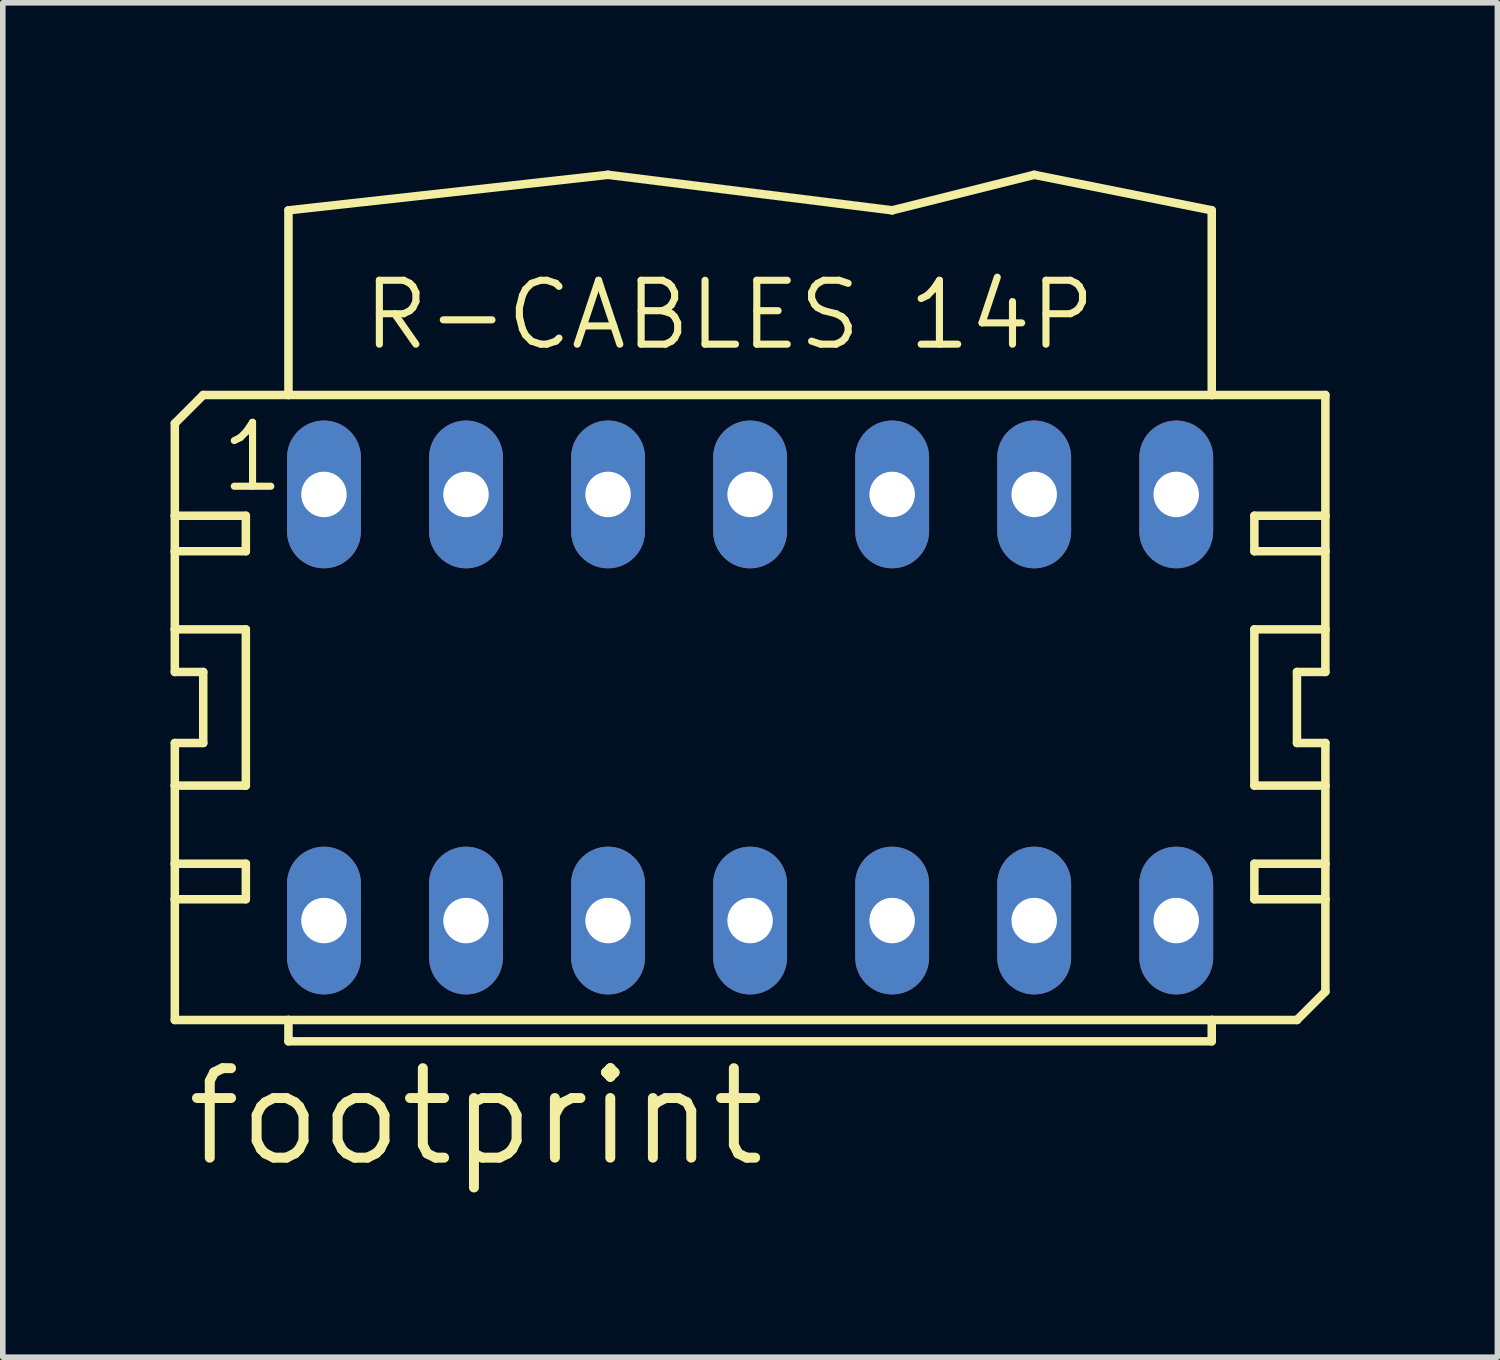
<source format=kicad_pcb>
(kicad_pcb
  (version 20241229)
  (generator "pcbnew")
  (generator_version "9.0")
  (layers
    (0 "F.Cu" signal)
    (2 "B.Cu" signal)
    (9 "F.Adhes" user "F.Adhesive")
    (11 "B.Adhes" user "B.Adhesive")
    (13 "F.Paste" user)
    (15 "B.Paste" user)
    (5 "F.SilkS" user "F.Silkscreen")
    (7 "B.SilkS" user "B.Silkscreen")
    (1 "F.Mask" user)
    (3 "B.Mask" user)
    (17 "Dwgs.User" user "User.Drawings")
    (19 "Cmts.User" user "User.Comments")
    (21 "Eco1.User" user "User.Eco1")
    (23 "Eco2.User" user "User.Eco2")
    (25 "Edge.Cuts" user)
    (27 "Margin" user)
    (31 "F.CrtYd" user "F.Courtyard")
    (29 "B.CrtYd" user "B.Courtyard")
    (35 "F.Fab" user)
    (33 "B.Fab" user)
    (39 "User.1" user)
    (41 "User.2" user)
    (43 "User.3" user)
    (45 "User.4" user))
  (footprint "footprint"
    (layer "F.Cu")
    (at 10.363 9.601)
    (property "Reference" "footprint" (at -10.16 8.255 0) (layer "F.SilkS") (effects (font (size 1.6 1.6) (thickness 0.178)) (justify left bottom)))
    (fp_line (start -10.287 -5.08) (end -10.287 -3.429) (stroke (width 0.152) (type solid)) (layer "F.SilkS"))
    (fp_line (start -10.287 -3.429) (end -9.017 -3.429) (stroke (width 0.152) (type solid)) (layer "F.SilkS"))
    (fp_line (start -10.287 -2.794) (end -10.287 -3.429) (stroke (width 0.152) (type solid)) (layer "F.SilkS"))
    (fp_line (start -10.287 -2.794) (end -10.287 -1.397) (stroke (width 0.152) (type solid)) (layer "F.SilkS"))
    (fp_line (start -10.287 -2.794) (end -9.017 -2.794) (stroke (width 0.152) (type solid)) (layer "F.SilkS"))
    (fp_line (start -10.287 -1.397) (end -10.287 -0.635) (stroke (width 0.152) (type solid)) (layer "F.SilkS"))
    (fp_line (start -10.287 -1.397) (end -9.017 -1.397) (stroke (width 0.152) (type solid)) (layer "F.SilkS"))
    (fp_line (start -10.287 -0.635) (end -9.779 -0.635) (stroke (width 0.152) (type solid)) (layer "F.SilkS"))
    (fp_line (start -10.287 0.635) (end -10.287 1.397) (stroke (width 0.152) (type solid)) (layer "F.SilkS"))
    (fp_line (start -10.287 1.397) (end -10.287 2.794) (stroke (width 0.152) (type solid)) (layer "F.SilkS"))
    (fp_line (start -10.287 2.794) (end -10.287 3.429) (stroke (width 0.152) (type solid)) (layer "F.SilkS"))
    (fp_line (start -10.287 2.794) (end -9.017 2.794) (stroke (width 0.152) (type solid)) (layer "F.SilkS"))
    (fp_line (start -10.287 3.429) (end -10.287 5.588) (stroke (width 0.152) (type solid)) (layer "F.SilkS"))
    (fp_line (start -9.779 -5.588) (end -10.287 -5.08) (stroke (width 0.152) (type solid)) (layer "F.SilkS"))
    (fp_line (start -9.779 -5.588) (end -8.255 -5.588) (stroke (width 0.152) (type solid)) (layer "F.SilkS"))
    (fp_line (start -9.779 0.635) (end -10.287 0.635) (stroke (width 0.152) (type solid)) (layer "F.SilkS"))
    (fp_line (start -9.779 0.635) (end -9.779 -0.635) (stroke (width 0.152) (type solid)) (layer "F.SilkS"))
    (fp_line (start -9.017 -2.794) (end -9.017 -3.429) (stroke (width 0.152) (type solid)) (layer "F.SilkS"))
    (fp_line (start -9.017 1.397) (end -10.287 1.397) (stroke (width 0.152) (type solid)) (layer "F.SilkS"))
    (fp_line (start -9.017 1.397) (end -9.017 -1.397) (stroke (width 0.152) (type solid)) (layer "F.SilkS"))
    (fp_line (start -9.017 3.429) (end -10.287 3.429) (stroke (width 0.152) (type solid)) (layer "F.SilkS"))
    (fp_line (start -9.017 3.429) (end -9.017 2.794) (stroke (width 0.152) (type solid)) (layer "F.SilkS"))
    (fp_line (start -8.255 -8.89) (end -8.255 -5.588) (stroke (width 0.152) (type solid)) (layer "F.SilkS"))
    (fp_line (start -8.255 -8.89) (end -2.54 -9.525) (stroke (width 0.152) (type solid)) (layer "F.SilkS"))
    (fp_line (start -8.255 -5.588) (end 8.255 -5.588) (stroke (width 0.152) (type solid)) (layer "F.SilkS"))
    (fp_line (start -8.255 5.588) (end -10.287 5.588) (stroke (width 0.152) (type solid)) (layer "F.SilkS"))
    (fp_line (start -8.255 5.969) (end -8.255 5.588) (stroke (width 0.152) (type solid)) (layer "F.SilkS"))
    (fp_line (start -8.255 5.969) (end 8.255 5.969) (stroke (width 0.152) (type solid)) (layer "F.SilkS"))
    (fp_line (start -2.54 -9.525) (end 2.54 -8.89) (stroke (width 0.152) (type solid)) (layer "F.SilkS"))
    (fp_line (start 2.54 -8.89) (end 5.08 -9.525) (stroke (width 0.152) (type solid)) (layer "F.SilkS"))
    (fp_line (start 5.08 -9.525) (end 8.255 -8.89) (stroke (width 0.152) (type solid)) (layer "F.SilkS"))
    (fp_line (start 8.255 -5.588) (end 8.255 -8.89) (stroke (width 0.152) (type solid)) (layer "F.SilkS"))
    (fp_line (start 8.255 -5.588) (end 10.287 -5.588) (stroke (width 0.152) (type solid)) (layer "F.SilkS"))
    (fp_line (start 8.255 5.588) (end -8.255 5.588) (stroke (width 0.152) (type solid)) (layer "F.SilkS"))
    (fp_line (start 8.255 5.588) (end 8.255 5.969) (stroke (width 0.152) (type solid)) (layer "F.SilkS"))
    (fp_line (start 9.017 -3.429) (end 9.017 -2.794) (stroke (width 0.152) (type solid)) (layer "F.SilkS"))
    (fp_line (start 9.017 -3.429) (end 10.287 -3.429) (stroke (width 0.152) (type solid)) (layer "F.SilkS"))
    (fp_line (start 9.017 -1.397) (end 9.017 1.397) (stroke (width 0.152) (type solid)) (layer "F.SilkS"))
    (fp_line (start 9.017 -1.397) (end 10.287 -1.397) (stroke (width 0.152) (type solid)) (layer "F.SilkS"))
    (fp_line (start 9.017 2.794) (end 9.017 3.429) (stroke (width 0.152) (type solid)) (layer "F.SilkS"))
    (fp_line (start 9.017 2.794) (end 10.287 2.794) (stroke (width 0.152) (type solid)) (layer "F.SilkS"))
    (fp_line (start 9.779 -0.635) (end 9.779 0.635) (stroke (width 0.152) (type solid)) (layer "F.SilkS"))
    (fp_line (start 9.779 -0.635) (end 10.287 -0.635) (stroke (width 0.152) (type solid)) (layer "F.SilkS"))
    (fp_line (start 9.779 5.588) (end 8.255 5.588) (stroke (width 0.152) (type solid)) (layer "F.SilkS"))
    (fp_line (start 10.287 -5.588) (end 10.287 -3.429) (stroke (width 0.152) (type solid)) (layer "F.SilkS"))
    (fp_line (start 10.287 -3.429) (end 10.287 -2.794) (stroke (width 0.152) (type solid)) (layer "F.SilkS"))
    (fp_line (start 10.287 -2.794) (end 9.017 -2.794) (stroke (width 0.152) (type solid)) (layer "F.SilkS"))
    (fp_line (start 10.287 -2.794) (end 10.287 -1.397) (stroke (width 0.152) (type solid)) (layer "F.SilkS"))
    (fp_line (start 10.287 -1.397) (end 10.287 -0.635) (stroke (width 0.152) (type solid)) (layer "F.SilkS"))
    (fp_line (start 10.287 0.635) (end 9.779 0.635) (stroke (width 0.152) (type solid)) (layer "F.SilkS"))
    (fp_line (start 10.287 0.635) (end 10.287 1.397) (stroke (width 0.152) (type solid)) (layer "F.SilkS"))
    (fp_line (start 10.287 1.397) (end 9.017 1.397) (stroke (width 0.152) (type solid)) (layer "F.SilkS"))
    (fp_line (start 10.287 1.397) (end 10.287 2.794) (stroke (width 0.152) (type solid)) (layer "F.SilkS"))
    (fp_line (start 10.287 2.794) (end 10.287 3.429) (stroke (width 0.152) (type solid)) (layer "F.SilkS"))
    (fp_line (start 10.287 3.429) (end 9.017 3.429) (stroke (width 0.152) (type solid)) (layer "F.SilkS"))
    (fp_line (start 10.287 3.429) (end 10.287 5.08) (stroke (width 0.152) (type solid)) (layer "F.SilkS"))
    (fp_line (start 10.287 5.08) (end 9.779 5.588) (stroke (width 0.152) (type solid)) (layer "F.SilkS"))
    (fp_text user "R-CABLES 14P" (at -6.985 -6.35 0) (layer "F.SilkS") (effects (font (size 1.143 1.143) (thickness 0.127)) (justify left bottom)))
    (fp_text user "1" (at -9.525 -3.81 0) (layer "F.SilkS") (effects (font (size 1.143 1.143) (thickness 0.127)) (justify left bottom)))
    (pad "1" thru_hole oval (at -7.62 -3.81 90) (size 2.642 1.321) (drill 0.813) (layers "*.Cu" "*.Mask"))
    (pad "2" thru_hole oval (at -7.62 3.81 90) (size 2.642 1.321) (drill 0.813) (layers "*.Cu" "*.Mask"))
    (pad "3" thru_hole oval (at -5.08 -3.81 90) (size 2.642 1.321) (drill 0.813) (layers "*.Cu" "*.Mask"))
    (pad "4" thru_hole oval (at -5.08 3.81 90) (size 2.642 1.321) (drill 0.813) (layers "*.Cu" "*.Mask"))
    (pad "5" thru_hole oval (at -2.54 -3.81 90) (size 2.642 1.321) (drill 0.813) (layers "*.Cu" "*.Mask"))
    (pad "6" thru_hole oval (at -2.54 3.81 90) (size 2.642 1.321) (drill 0.813) (layers "*.Cu" "*.Mask"))
    (pad "7" thru_hole oval (at 0 -3.81 90) (size 2.642 1.321) (drill 0.813) (layers "*.Cu" "*.Mask"))
    (pad "8" thru_hole oval (at 0 3.81 90) (size 2.642 1.321) (drill 0.813) (layers "*.Cu" "*.Mask"))
    (pad "9" thru_hole oval (at 2.54 -3.81 90) (size 2.642 1.321) (drill 0.813) (layers "*.Cu" "*.Mask"))
    (pad "10" thru_hole oval (at 2.54 3.81 90) (size 2.642 1.321) (drill 0.813) (layers "*.Cu" "*.Mask"))
    (pad "11" thru_hole oval (at 5.08 -3.81 90) (size 2.642 1.321) (drill 0.813) (layers "*.Cu" "*.Mask"))
    (pad "12" thru_hole oval (at 5.08 3.81 90) (size 2.642 1.321) (drill 0.813) (layers "*.Cu" "*.Mask"))
    (pad "13" thru_hole oval (at 7.62 -3.81 90) (size 2.642 1.321) (drill 0.813) (layers "*.Cu" "*.Mask"))
    (pad "14" thru_hole oval (at 7.62 3.81 90) (size 2.642 1.321) (drill 0.813) (layers "*.Cu" "*.Mask")))
  (gr_rect
    (start -3 -3)
    (end 23.726 21.219)
    (stroke (width 0.1) (type default))
    (fill no)
    (layer "Edge.Cuts")))
</source>
